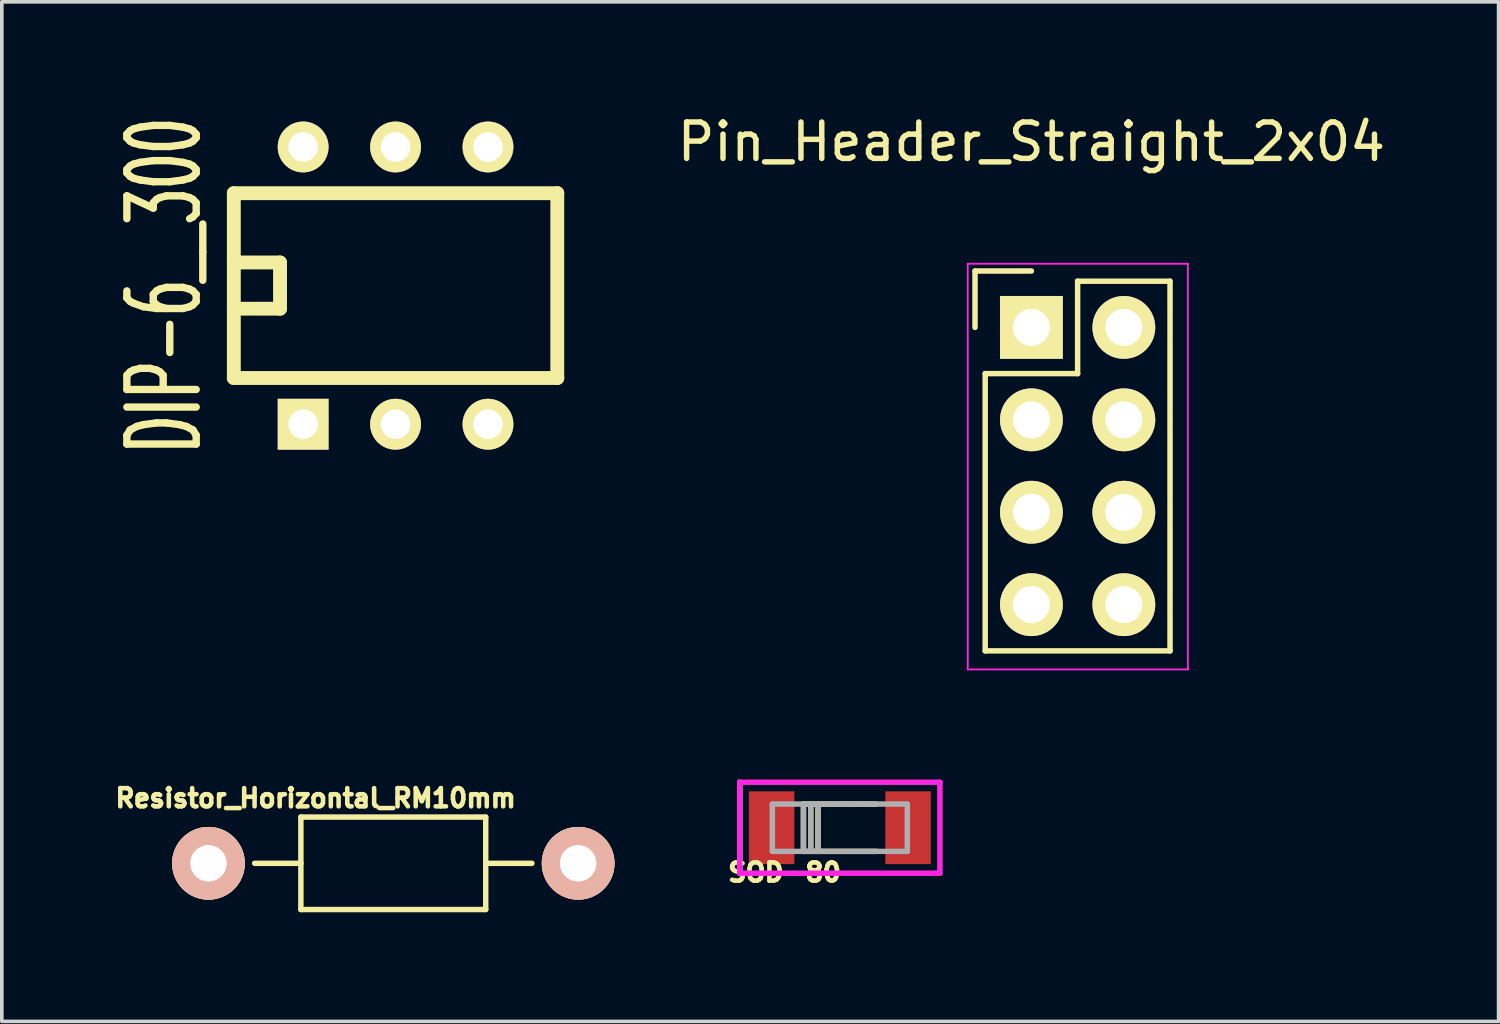
<source format=kicad_pcb>
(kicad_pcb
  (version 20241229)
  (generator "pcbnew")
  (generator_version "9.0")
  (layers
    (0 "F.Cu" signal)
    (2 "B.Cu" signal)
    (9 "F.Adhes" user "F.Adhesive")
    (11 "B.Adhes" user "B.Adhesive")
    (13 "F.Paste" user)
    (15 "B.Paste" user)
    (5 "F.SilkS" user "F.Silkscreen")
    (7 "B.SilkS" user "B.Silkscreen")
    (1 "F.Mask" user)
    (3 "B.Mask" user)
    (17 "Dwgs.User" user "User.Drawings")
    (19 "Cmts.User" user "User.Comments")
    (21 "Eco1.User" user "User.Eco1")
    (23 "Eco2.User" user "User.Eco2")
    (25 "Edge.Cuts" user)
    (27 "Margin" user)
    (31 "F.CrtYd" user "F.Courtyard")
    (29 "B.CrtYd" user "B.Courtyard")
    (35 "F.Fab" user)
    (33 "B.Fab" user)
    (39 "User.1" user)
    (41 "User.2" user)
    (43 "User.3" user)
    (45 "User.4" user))
  (footprint "SOD-80"
    (layer "F.Cu")
    (at 20.031 19.698)
    (property "Reference" "SOD-80" (at -1.519 1.229 0) (layer "F.SilkS") (effects (font (size 0.5 0.5) (thickness 0.125))))
    (attr through_hole)
    (fp_line (start -2.75 1.25) (end -2.75 -1.25) (stroke (width 0.15) (type solid)) (layer "F.SilkS"))
    (fp_line (start -1 -0.65) (end 1 -0.65) (stroke (width 0.15) (type solid)) (layer "F.SilkS"))
    (fp_line (start -1 0.65) (end -1 -0.65) (stroke (width 0.15) (type solid)) (layer "F.SilkS"))
    (fp_line (start -0.8 0.65) (end -0.8 -0.65) (stroke (width 0.15) (type solid)) (layer "F.SilkS"))
    (fp_line (start -0.6 -0.65) (end -0.6 0.65) (stroke (width 0.15) (type solid)) (layer "F.SilkS"))
    (fp_line (start 1 0.65) (end -1 0.65) (stroke (width 0.15) (type solid)) (layer "F.SilkS"))
    (fp_line (start -2.75 -1.25) (end 2.75 -1.25) (stroke (width 0.15) (type solid)) (layer "F.CrtYd"))
    (fp_line (start -2.75 1.25) (end -2.75 -1.25) (stroke (width 0.15) (type solid)) (layer "F.CrtYd"))
    (fp_line (start 2.75 -1.25) (end 2.75 1.25) (stroke (width 0.15) (type solid)) (layer "F.CrtYd"))
    (fp_line (start 2.75 1.25) (end -2.75 1.25) (stroke (width 0.15) (type solid)) (layer "F.CrtYd"))
    (fp_line (start -1.855 -0.65) (end 1.855 -0.65) (stroke (width 0.15) (type solid)) (layer "F.Fab"))
    (fp_line (start -1.855 0.65) (end -1.855 -0.65) (stroke (width 0.15) (type solid)) (layer "F.Fab"))
    (fp_line (start -1 -0.65) (end -1 0.65) (stroke (width 0.15) (type solid)) (layer "F.Fab"))
    (fp_line (start -0.8 0.65) (end -0.8 -0.65) (stroke (width 0.15) (type solid)) (layer "F.Fab"))
    (fp_line (start -0.6 -0.65) (end -0.6 0.65) (stroke (width 0.15) (type solid)) (layer "F.Fab"))
    (fp_line (start 1.855 -0.65) (end 1.855 0.65) (stroke (width 0.15) (type solid)) (layer "F.Fab"))
    (fp_line (start 1.855 0.65) (end -1.855 0.65) (stroke (width 0.15) (type solid)) (layer "F.Fab"))
    (pad "1" smd rect (at -1.875 0) (size 1.25 2) (layers "F.Cu" "F.Mask" "F.Paste"))
    (pad "2" smd rect (at 1.875 0) (size 1.25 2) (layers "F.Cu" "F.Mask" "F.Paste")))
  (footprint "DIP-6__300"
    (layer "F.Cu")
    (at 7.821 4.799)
    (property "Reference" "DIP-6__300" (at -6.35 0 90) (layer "F.SilkS") (effects (font (size 1.905 1.016) (thickness 0.203))))
    (attr through_hole)
    (fp_line (start -4.445 -2.54) (end 4.445 -2.54) (stroke (width 0.381) (type solid)) (layer "F.SilkS"))
    (fp_line (start -4.445 -0.635) (end -3.175 -0.635) (stroke (width 0.381) (type solid)) (layer "F.SilkS"))
    (fp_line (start -4.445 2.54) (end -4.445 -2.54) (stroke (width 0.381) (type solid)) (layer "F.SilkS"))
    (fp_line (start -3.175 -0.635) (end -3.175 0.635) (stroke (width 0.381) (type solid)) (layer "F.SilkS"))
    (fp_line (start -3.175 0.635) (end -4.445 0.635) (stroke (width 0.381) (type solid)) (layer "F.SilkS"))
    (fp_line (start 4.445 -2.54) (end 4.445 2.54) (stroke (width 0.381) (type solid)) (layer "F.SilkS"))
    (fp_line (start 4.445 2.54) (end -4.445 2.54) (stroke (width 0.381) (type solid)) (layer "F.SilkS"))
    (pad "1" thru_hole rect (at -2.54 3.81) (size 1.397 1.397) (drill 0.813) (layers "*.Cu" "*.Mask" "F.SilkS"))
    (pad "2" thru_hole circle (at 0 3.81) (size 1.397 1.397) (drill 0.813) (layers "*.Cu" "*.Mask" "F.SilkS"))
    (pad "3" thru_hole circle (at 2.54 3.81) (size 1.397 1.397) (drill 0.813) (layers "*.Cu" "*.Mask" "F.SilkS"))
    (pad "4" thru_hole circle (at 2.54 -3.81) (size 1.397 1.397) (drill 0.813) (layers "*.Cu" "*.Mask" "F.SilkS"))
    (pad "5" thru_hole circle (at 0 -3.81) (size 1.397 1.397) (drill 0.813) (layers "*.Cu" "*.Mask" "F.SilkS"))
    (pad "6" thru_hole circle (at -2.54 -3.81) (size 1.397 1.397) (drill 0.813) (layers "*.Cu" "*.Mask" "F.SilkS")))
  (footprint "Pin_Header_Straight_2x04"
    (layer "F.Cu")
    (at 25.296 5.948)
    (property "Reference" "Pin_Header_Straight_2x04" (at 0 -5.1 0) (layer "F.SilkS") (effects (font (size 1 1) (thickness 0.15))))
    (attr through_hole)
    (fp_line (start -1.55 -1.55) (end -1.55 0) (stroke (width 0.15) (type solid)) (layer "F.SilkS"))
    (fp_line (start -1.27 1.27) (end -1.27 8.89) (stroke (width 0.15) (type solid)) (layer "F.SilkS"))
    (fp_line (start -1.27 8.89) (end 3.81 8.89) (stroke (width 0.15) (type solid)) (layer "F.SilkS"))
    (fp_line (start 0 -1.55) (end -1.55 -1.55) (stroke (width 0.15) (type solid)) (layer "F.SilkS"))
    (fp_line (start 1.27 -1.27) (end 1.27 1.27) (stroke (width 0.15) (type solid)) (layer "F.SilkS"))
    (fp_line (start 1.27 1.27) (end -1.27 1.27) (stroke (width 0.15) (type solid)) (layer "F.SilkS"))
    (fp_line (start 3.81 -1.27) (end 1.27 -1.27) (stroke (width 0.15) (type solid)) (layer "F.SilkS"))
    (fp_line (start 3.81 8.89) (end 3.81 -1.27) (stroke (width 0.15) (type solid)) (layer "F.SilkS"))
    (fp_line (start -1.75 -1.75) (end -1.75 9.4) (stroke (width 0.05) (type solid)) (layer "F.CrtYd"))
    (fp_line (start -1.75 -1.75) (end 4.3 -1.75) (stroke (width 0.05) (type solid)) (layer "F.CrtYd"))
    (fp_line (start -1.75 9.4) (end 4.3 9.4) (stroke (width 0.05) (type solid)) (layer "F.CrtYd"))
    (fp_line (start 4.3 -1.75) (end 4.3 9.4) (stroke (width 0.05) (type solid)) (layer "F.CrtYd"))
    (pad "1" thru_hole rect (at 0 0) (size 1.727 1.727) (drill 1.016) (layers "*.Cu" "*.Mask" "F.SilkS"))
    (pad "2" thru_hole oval (at 2.54 0) (size 1.727 1.727) (drill 1.016) (layers "*.Cu" "*.Mask" "F.SilkS"))
    (pad "3" thru_hole oval (at 0 2.54) (size 1.727 1.727) (drill 1.016) (layers "*.Cu" "*.Mask" "F.SilkS"))
    (pad "4" thru_hole oval (at 2.54 2.54) (size 1.727 1.727) (drill 1.016) (layers "*.Cu" "*.Mask" "F.SilkS"))
    (pad "5" thru_hole oval (at 0 5.08) (size 1.727 1.727) (drill 1.016) (layers "*.Cu" "*.Mask" "F.SilkS"))
    (pad "6" thru_hole oval (at 2.54 5.08) (size 1.727 1.727) (drill 1.016) (layers "*.Cu" "*.Mask" "F.SilkS"))
    (pad "7" thru_hole oval (at 0 7.62) (size 1.727 1.727) (drill 1.016) (layers "*.Cu" "*.Mask" "F.SilkS"))
    (pad "8" thru_hole oval (at 2.54 7.62) (size 1.727 1.727) (drill 1.016) (layers "*.Cu" "*.Mask" "F.SilkS")))
  (footprint "Resistor_Horizontal_RM10mm"
    (layer "F.Cu")
    (at 7.759 20.676)
    (property "Reference" "Resistor_Horizontal_RM10mm" (at -2.134 -1.791 0) (layer "F.SilkS") (effects (font (size 0.5 0.5) (thickness 0.125))))
    (attr through_hole)
    (fp_line (start -2.54 -1.27) (end 2.54 -1.27) (stroke (width 0.15) (type solid)) (layer "F.SilkS"))
    (fp_line (start -2.54 0) (end -3.81 0) (stroke (width 0.15) (type solid)) (layer "F.SilkS"))
    (fp_line (start -2.54 1.27) (end -2.54 -1.27) (stroke (width 0.15) (type solid)) (layer "F.SilkS"))
    (fp_line (start 2.54 -1.27) (end 2.54 1.27) (stroke (width 0.15) (type solid)) (layer "F.SilkS"))
    (fp_line (start 2.54 0) (end 3.81 0) (stroke (width 0.15) (type solid)) (layer "F.SilkS"))
    (fp_line (start 2.54 1.27) (end -2.54 1.27) (stroke (width 0.15) (type solid)) (layer "F.SilkS"))
    (pad "1" thru_hole circle (at -5.08 0) (size 1.999 1.999) (drill 1.001) (layers "*.Cu" "*.SilkS" "*.Mask"))
    (pad "2" thru_hole circle (at 5.08 0) (size 1.999 1.999) (drill 1.001) (layers "*.Cu" "*.SilkS" "*.Mask")))
  (gr_rect
    (start -3 -3)
    (end 38.135 25.021)
    (stroke (width 0.1) (type default))
    (fill no)
    (layer "Edge.Cuts")))
</source>
